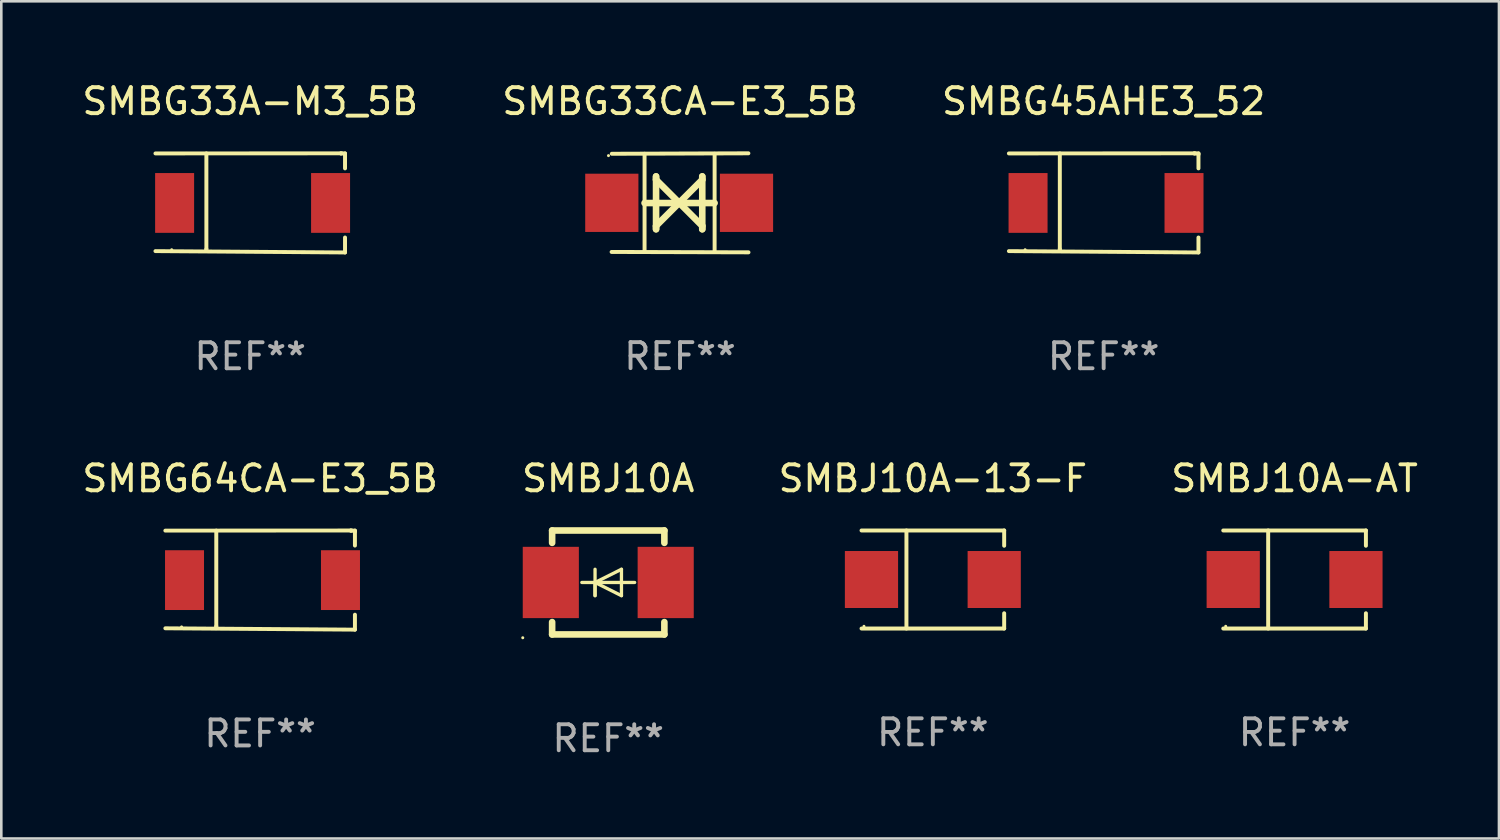
<source format=kicad_pcb>
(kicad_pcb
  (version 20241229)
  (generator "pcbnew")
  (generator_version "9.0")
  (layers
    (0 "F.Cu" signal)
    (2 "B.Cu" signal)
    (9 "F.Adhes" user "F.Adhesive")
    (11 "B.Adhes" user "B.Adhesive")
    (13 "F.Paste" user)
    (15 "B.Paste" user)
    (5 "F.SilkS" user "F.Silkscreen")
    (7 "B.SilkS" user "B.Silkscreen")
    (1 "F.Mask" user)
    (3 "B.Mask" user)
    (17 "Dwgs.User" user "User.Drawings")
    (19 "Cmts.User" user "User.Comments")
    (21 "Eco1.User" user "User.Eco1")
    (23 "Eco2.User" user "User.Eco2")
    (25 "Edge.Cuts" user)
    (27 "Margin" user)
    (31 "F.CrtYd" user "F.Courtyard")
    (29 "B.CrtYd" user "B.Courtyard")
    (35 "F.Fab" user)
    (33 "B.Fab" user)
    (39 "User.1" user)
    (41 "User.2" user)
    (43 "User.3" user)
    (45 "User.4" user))
  (footprint "SMBG64CA-E3_5B"
    (layer "F.Cu")
    (at 6.958 19.267)
    (property "Reference" "SMBG64CA-E3_5B" (at 0 -3.907 0) (layer "F.SilkS") (effects (font (size 1 1) (thickness 0.15))))
    (attr through_hole)
    (fp_line (start -3.647 -1.903) (end 3.529 -1.907) (stroke (width 0.15) (type solid)) (layer "F.SilkS"))
    (fp_line (start -3.647 1.855) (end 3.647 1.907) (stroke (width 0.15) (type solid)) (layer "F.SilkS"))
    (fp_line (start -1.687 -1.903) (end -1.687 1.777) (stroke (width 0.152) (type solid)) (layer "F.SilkS"))
    (fp_line (start -1.687 1.777) (end -1.697 1.851) (stroke (width 0.152) (type solid)) (layer "F.SilkS"))
    (fp_line (start 3.491 -1.903) (end 3.487 -1.907) (stroke (width 0.152) (type solid)) (layer "F.SilkS"))
    (fp_line (start 3.647 -1.903) (end 3.491 -1.903) (stroke (width 0.152) (type solid)) (layer "F.SilkS"))
    (fp_line (start 3.647 -1.863) (end 3.647 -1.903) (stroke (width 0.152) (type solid)) (layer "F.SilkS"))
    (fp_line (start 3.647 -1.328) (end 3.647 -1.863) (stroke (width 0.152) (type solid)) (layer "F.SilkS"))
    (fp_line (start 3.647 1.907) (end 3.647 1.332) (stroke (width 0.152) (type solid)) (layer "F.SilkS"))
    (fp_circle (center -3.022 1.802) (end -2.992 1.802) (stroke (width 0.06) (type solid)) (fill no) (layer "F.SilkS"))
    (fp_text user "REF**" (at 0 5.907 0) (layer "F.Fab") (effects (font (size 1 1) (thickness 0.15))))
    (pad "1" smd rect (at -2.909 0.002) (size 1.5 2.3) (layers "F.Cu" "F.Mask" "F.Paste"))
    (pad "2" smd rect (at 3.091 0.002) (size 1.5 2.3) (layers "F.Cu" "F.Mask" "F.Paste")))
  (footprint "SMBG33CA-E3_5B"
    (layer "F.Cu")
    (at 23.113 4.753)
    (property "Reference" "SMBG33CA-E3_5B" (at 0 -3.905 0) (layer "F.SilkS") (effects (font (size 1 1) (thickness 0.15))))
    (attr through_hole)
    (fp_line (start -1.365 1.886) (end -1.365 -1.886) (stroke (width 0.152) (type solid)) (layer "F.SilkS"))
    (fp_line (start -1.365 0.008) (end 1.33 0.008) (stroke (width 0.254) (type solid)) (layer "F.SilkS"))
    (fp_line (start -0.923 -1.016) (end -0.923 1.016) (stroke (width 0.254) (type solid)) (layer "F.SilkS"))
    (fp_line (start -0.923 -0.889) (end -0.923 -1.016) (stroke (width 0.254) (type solid)) (layer "F.SilkS"))
    (fp_line (start -0.923 0.889) (end -0.034 0) (stroke (width 0.254) (type solid)) (layer "F.SilkS"))
    (fp_line (start -0.923 1.016) (end -0.923 0.889) (stroke (width 0.254) (type solid)) (layer "F.SilkS"))
    (fp_line (start -0.034 0) (end -0.923 -0.889) (stroke (width 0.254) (type solid)) (layer "F.SilkS"))
    (fp_line (start -0.034 0) (end 0.855 0.889) (stroke (width 0.254) (type solid)) (layer "F.SilkS"))
    (fp_line (start 0.855 -1.016) (end 0.855 -0.889) (stroke (width 0.254) (type solid)) (layer "F.SilkS"))
    (fp_line (start 0.855 -0.889) (end -0.034 0) (stroke (width 0.254) (type solid)) (layer "F.SilkS"))
    (fp_line (start 0.855 0.889) (end 0.855 1.016) (stroke (width 0.254) (type solid)) (layer "F.SilkS"))
    (fp_line (start 0.855 1.016) (end 0.855 -1.016) (stroke (width 0.254) (type solid)) (layer "F.SilkS"))
    (fp_line (start 1.33 1.886) (end 1.33 -1.886) (stroke (width 0.152) (type solid)) (layer "F.SilkS"))
    (fp_line (start 2.629 -1.905) (end -2.625 -1.887) (stroke (width 0.152) (type solid)) (layer "F.SilkS"))
    (fp_line (start 2.633 1.905) (end -2.633 1.89) (stroke (width 0.152) (type solid)) (layer "F.SilkS"))
    (fp_circle (center -2.753 -1.816) (end -2.723 -1.816) (stroke (width 0.06) (type solid)) (fill no) (layer "F.SilkS"))
    (fp_text user "REF**" (at 0 5.905 0) (layer "F.Fab") (effects (font (size 1 1) (thickness 0.15))))
    (pad "1" smd rect (at -2.625 0) (size 2.047 2.241) (layers "F.Cu" "F.Mask" "F.Paste"))
    (pad "2" smd rect (at 2.557 0) (size 2.047 2.241) (layers "F.Cu" "F.Mask" "F.Paste")))
  (footprint "SMBG33A-M3_5B"
    (layer "F.Cu")
    (at 6.577 4.756)
    (property "Reference" "SMBG33A-M3_5B" (at 0 -3.907 0) (layer "F.SilkS") (effects (font (size 1 1) (thickness 0.15))))
    (attr through_hole)
    (fp_line (start -3.647 -1.903) (end 3.529 -1.907) (stroke (width 0.15) (type solid)) (layer "F.SilkS"))
    (fp_line (start -3.647 1.855) (end 3.647 1.907) (stroke (width 0.15) (type solid)) (layer "F.SilkS"))
    (fp_line (start -1.687 -1.903) (end -1.687 1.777) (stroke (width 0.152) (type solid)) (layer "F.SilkS"))
    (fp_line (start -1.687 1.777) (end -1.697 1.851) (stroke (width 0.152) (type solid)) (layer "F.SilkS"))
    (fp_line (start 3.491 -1.903) (end 3.487 -1.907) (stroke (width 0.152) (type solid)) (layer "F.SilkS"))
    (fp_line (start 3.647 -1.903) (end 3.491 -1.903) (stroke (width 0.152) (type solid)) (layer "F.SilkS"))
    (fp_line (start 3.647 -1.863) (end 3.647 -1.903) (stroke (width 0.152) (type solid)) (layer "F.SilkS"))
    (fp_line (start 3.647 -1.328) (end 3.647 -1.863) (stroke (width 0.152) (type solid)) (layer "F.SilkS"))
    (fp_line (start 3.647 1.907) (end 3.647 1.332) (stroke (width 0.152) (type solid)) (layer "F.SilkS"))
    (fp_circle (center -3.022 1.802) (end -2.992 1.802) (stroke (width 0.06) (type solid)) (fill no) (layer "F.SilkS"))
    (fp_text user "REF**" (at 0 5.907 0) (layer "F.Fab") (effects (font (size 1 1) (thickness 0.15))))
    (pad "1" smd rect (at -2.909 0.002) (size 1.5 2.3) (layers "F.Cu" "F.Mask" "F.Paste"))
    (pad "2" smd rect (at 3.091 0.002) (size 1.5 2.3) (layers "F.Cu" "F.Mask" "F.Paste")))
  (footprint "SMBG45AHE3_52"
    (layer "F.Cu")
    (at 39.411 4.756)
    (property "Reference" "SMBG45AHE3_52" (at 0 -3.907 0) (layer "F.SilkS") (effects (font (size 1 1) (thickness 0.15))))
    (attr through_hole)
    (fp_line (start -3.647 -1.903) (end 3.529 -1.907) (stroke (width 0.15) (type solid)) (layer "F.SilkS"))
    (fp_line (start -3.647 1.855) (end 3.647 1.907) (stroke (width 0.15) (type solid)) (layer "F.SilkS"))
    (fp_line (start -1.687 -1.903) (end -1.687 1.777) (stroke (width 0.152) (type solid)) (layer "F.SilkS"))
    (fp_line (start -1.687 1.777) (end -1.697 1.851) (stroke (width 0.152) (type solid)) (layer "F.SilkS"))
    (fp_line (start 3.491 -1.903) (end 3.487 -1.907) (stroke (width 0.152) (type solid)) (layer "F.SilkS"))
    (fp_line (start 3.647 -1.903) (end 3.491 -1.903) (stroke (width 0.152) (type solid)) (layer "F.SilkS"))
    (fp_line (start 3.647 -1.863) (end 3.647 -1.903) (stroke (width 0.152) (type solid)) (layer "F.SilkS"))
    (fp_line (start 3.647 -1.328) (end 3.647 -1.863) (stroke (width 0.152) (type solid)) (layer "F.SilkS"))
    (fp_line (start 3.647 1.907) (end 3.647 1.332) (stroke (width 0.152) (type solid)) (layer "F.SilkS"))
    (fp_circle (center -3.022 1.802) (end -2.992 1.802) (stroke (width 0.06) (type solid)) (fill no) (layer "F.SilkS"))
    (fp_text user "REF**" (at 0 5.907 0) (layer "F.Fab") (effects (font (size 1 1) (thickness 0.15))))
    (pad "1" smd rect (at -2.909 0.002) (size 1.5 2.3) (layers "F.Cu" "F.Mask" "F.Paste"))
    (pad "2" smd rect (at 3.091 0.002) (size 1.5 2.3) (layers "F.Cu" "F.Mask" "F.Paste")))
  (footprint "SMBJ10A"
    (layer "F.Cu")
    (at 20.351 19.359)
    (property "Reference" "SMBJ10A" (at 0 -4 0) (layer "F.SilkS") (effects (font (size 1 1) (thickness 0.15))))
    (attr through_hole)
    (fp_line (start -2.159 -2) (end 2.159 -2) (stroke (width 0.254) (type solid)) (layer "F.SilkS"))
    (fp_line (start -2.159 -1.524) (end -2.159 -2) (stroke (width 0.254) (type solid)) (layer "F.SilkS"))
    (fp_line (start -2.159 1.524) (end -2.159 2) (stroke (width 0.254) (type solid)) (layer "F.SilkS"))
    (fp_line (start -2.159 2) (end 2.159 2) (stroke (width 0.254) (type solid)) (layer "F.SilkS"))
    (fp_line (start -0.508 0) (end -0.508 0.508) (stroke (width 0.127) (type solid)) (layer "F.SilkS"))
    (fp_line (start -0.508 0) (end 0.508 0.508) (stroke (width 0.127) (type solid)) (layer "F.SilkS"))
    (fp_line (start -0.508 0.508) (end -0.508 -0.508) (stroke (width 0.127) (type solid)) (layer "F.SilkS"))
    (fp_line (start 0.508 -0.508) (end -0.508 0) (stroke (width 0.127) (type solid)) (layer "F.SilkS"))
    (fp_line (start 0.508 0.508) (end 0.508 -0.508) (stroke (width 0.127) (type solid)) (layer "F.SilkS"))
    (fp_line (start 1.016 0) (end -1.016 0) (stroke (width 0.127) (type solid)) (layer "F.SilkS"))
    (fp_line (start 2.159 -2) (end 2.159 -1.524) (stroke (width 0.254) (type solid)) (layer "F.SilkS"))
    (fp_line (start 2.159 2) (end 2.159 1.524) (stroke (width 0.254) (type solid)) (layer "F.SilkS"))
    (fp_circle (center -3.289 2.127) (end -3.259 2.127) (stroke (width 0.06) (type solid)) (fill no) (layer "F.SilkS"))
    (fp_text user "REF**" (at 0 6 0) (layer "F.Fab") (effects (font (size 1 1) (thickness 0.15))))
    (pad "1" smd rect (at -2.21 0 180) (size 2.159 2.743) (layers "F.Cu" "F.Mask" "F.Paste"))
    (pad "2" smd rect (at 2.21 0 180) (size 2.159 2.743) (layers "F.Cu" "F.Mask" "F.Paste")))
  (footprint "SMBJ10A-AT"
    (layer "F.Cu")
    (at 46.756 19.245)
    (property "Reference" "SMBJ10A-AT" (at 0 -3.886 0) (layer "F.SilkS") (effects (font (size 1 1) (thickness 0.15))))
    (attr through_hole)
    (fp_line (start -2.744 -1.886) (end 2.744 -1.886) (stroke (width 0.152) (type solid)) (layer "F.SilkS"))
    (fp_line (start -2.744 1.886) (end 2.744 1.886) (stroke (width 0.152) (type solid)) (layer "F.SilkS"))
    (fp_line (start -1.016 -1.886) (end -1.016 1.886) (stroke (width 0.152) (type solid)) (layer "F.SilkS"))
    (fp_line (start 2.744 -1.886) (end 2.744 -1.299) (stroke (width 0.152) (type solid)) (layer "F.SilkS"))
    (fp_line (start 2.744 1.886) (end 2.744 1.299) (stroke (width 0.152) (type solid)) (layer "F.SilkS"))
    (fp_circle (center -2.65 1.8) (end -2.62 1.8) (stroke (width 0.06) (type solid)) (fill no) (layer "F.SilkS"))
    (fp_text user "REF**" (at 0 5.886 0) (layer "F.Fab") (effects (font (size 1 1) (thickness 0.15))))
    (pad "1" smd rect (at -2.361 0) (size 2.047 2.192) (layers "F.Cu" "F.Mask" "F.Paste"))
    (pad "2" smd rect (at 2.361 0) (size 2.047 2.192) (layers "F.Cu" "F.Mask" "F.Paste")))
  (footprint "SMBJ10A-13-F"
    (layer "F.Cu")
    (at 32.839 19.245)
    (property "Reference" "SMBJ10A-13-F" (at 0 -3.886 0) (layer "F.SilkS") (effects (font (size 1 1) (thickness 0.15))))
    (attr through_hole)
    (fp_line (start -2.744 -1.886) (end 2.744 -1.886) (stroke (width 0.152) (type solid)) (layer "F.SilkS"))
    (fp_line (start -2.744 1.886) (end 2.744 1.886) (stroke (width 0.152) (type solid)) (layer "F.SilkS"))
    (fp_line (start -1.016 -1.886) (end -1.016 1.886) (stroke (width 0.152) (type solid)) (layer "F.SilkS"))
    (fp_line (start 2.744 -1.886) (end 2.744 -1.299) (stroke (width 0.152) (type solid)) (layer "F.SilkS"))
    (fp_line (start 2.744 1.886) (end 2.744 1.299) (stroke (width 0.152) (type solid)) (layer "F.SilkS"))
    (fp_circle (center -2.65 1.8) (end -2.62 1.8) (stroke (width 0.06) (type solid)) (fill no) (layer "F.SilkS"))
    (fp_text user "REF**" (at 0 5.886 0) (layer "F.Fab") (effects (font (size 1 1) (thickness 0.15))))
    (pad "1" smd rect (at -2.361 0) (size 2.047 2.192) (layers "F.Cu" "F.Mask" "F.Paste"))
    (pad "2" smd rect (at 2.361 0) (size 2.047 2.192) (layers "F.Cu" "F.Mask" "F.Paste")))
  (gr_rect
    (start -3 -3)
    (end 54.619 29.208)
    (stroke (width 0.1) (type default))
    (fill no)
    (layer "Edge.Cuts")))
</source>
